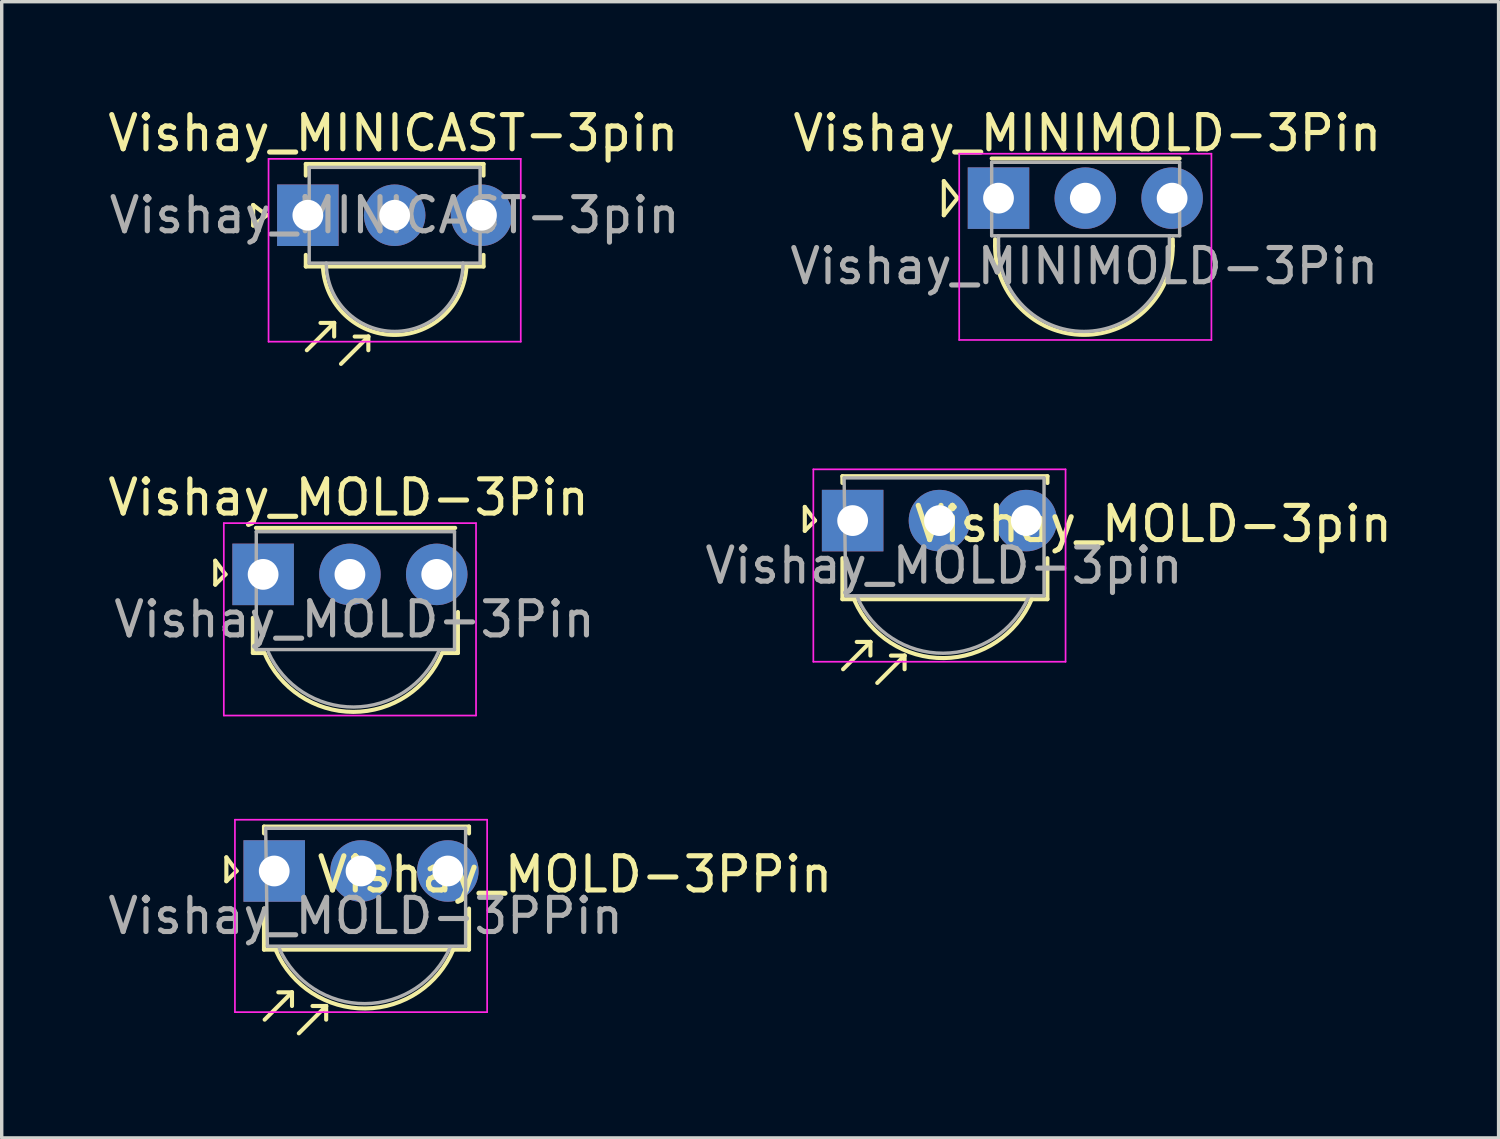
<source format=kicad_pcb>
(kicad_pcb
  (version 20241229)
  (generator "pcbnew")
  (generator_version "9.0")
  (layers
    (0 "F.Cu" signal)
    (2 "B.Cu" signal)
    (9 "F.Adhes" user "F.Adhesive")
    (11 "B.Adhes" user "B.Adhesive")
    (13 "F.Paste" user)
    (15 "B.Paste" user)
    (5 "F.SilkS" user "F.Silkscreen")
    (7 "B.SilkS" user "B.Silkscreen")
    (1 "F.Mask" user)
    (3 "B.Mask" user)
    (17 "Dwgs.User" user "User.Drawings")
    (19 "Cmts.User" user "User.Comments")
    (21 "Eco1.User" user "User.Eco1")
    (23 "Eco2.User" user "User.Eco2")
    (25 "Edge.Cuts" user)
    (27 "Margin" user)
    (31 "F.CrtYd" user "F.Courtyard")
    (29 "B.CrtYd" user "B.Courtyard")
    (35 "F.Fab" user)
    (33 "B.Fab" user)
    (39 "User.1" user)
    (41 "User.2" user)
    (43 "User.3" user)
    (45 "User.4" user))
  (footprint "Vishay_MINIMOLD-3Pin"
    (layer "F.Cu")
    (at 26.167 2.748)
    (property "Reference" "Vishay_MINIMOLD-3Pin" (at 2.6 -1.9 180) (layer "F.SilkS") (effects (font (size 1 1) (thickness 0.15))))
    (attr through_hole)
    (fp_line (start -1.6 -0.5) (end -1.6 0.5) (stroke (width 0.12) (type solid)) (layer "F.SilkS"))
    (fp_line (start -1.6 0.5) (end -1.2 0) (stroke (width 0.12) (type solid)) (layer "F.SilkS"))
    (fp_line (start -1.2 0) (end -1.6 -0.5) (stroke (width 0.12) (type solid)) (layer "F.SilkS"))
    (fp_line (start -0.1 1.4) (end -0.1 1.2) (stroke (width 0.12) (type solid)) (layer "F.SilkS"))
    (fp_line (start 5.1 1.4) (end 5.1 1.2) (stroke (width 0.12) (type solid)) (layer "F.SilkS"))
    (fp_line (start 5.3 -1.16) (end -0.2 -1.16) (stroke (width 0.12) (type solid)) (layer "F.SilkS"))
    (fp_arc (start 5.1 1.4) (mid 2.5 4) (end -0.1 1.4) (stroke (width 0.12) (type solid)) (layer "F.SilkS"))
    (fp_line (start -1.15 -1.3) (end -1.15 4.15) (stroke (width 0.05) (type solid)) (layer "F.CrtYd"))
    (fp_line (start -1.15 -1.3) (end 6.23 -1.3) (stroke (width 0.05) (type solid)) (layer "F.CrtYd"))
    (fp_line (start 6.23 4.15) (end -1.15 4.15) (stroke (width 0.05) (type solid)) (layer "F.CrtYd"))
    (fp_line (start 6.23 4.15) (end 6.23 -1.3) (stroke (width 0.05) (type solid)) (layer "F.CrtYd"))
    (fp_line (start -0.2 -1.05) (end 5.3 -1.05) (stroke (width 0.1) (type solid)) (layer "F.Fab"))
    (fp_line (start -0.2 1.1) (end -0.2 -1.05) (stroke (width 0.1) (type solid)) (layer "F.Fab"))
    (fp_line (start 0 1.1) (end -0.2 1.1) (stroke (width 0.1) (type solid)) (layer "F.Fab"))
    (fp_line (start 0 1.15) (end 0 1.1) (stroke (width 0.1) (type solid)) (layer "F.Fab"))
    (fp_line (start 0 1.4) (end 0 1.15) (stroke (width 0.1) (type solid)) (layer "F.Fab"))
    (fp_line (start 5 1.1) (end 0 1.1) (stroke (width 0.1) (type solid)) (layer "F.Fab"))
    (fp_line (start 5 1.1) (end 5 1.4) (stroke (width 0.1) (type solid)) (layer "F.Fab"))
    (fp_line (start 5.3 -1.05) (end 5.3 1.1) (stroke (width 0.1) (type solid)) (layer "F.Fab"))
    (fp_line (start 5.3 1.1) (end 5 1.1) (stroke (width 0.1) (type solid)) (layer "F.Fab"))
    (fp_arc (start 5 1.4) (mid 2.5 3.9) (end 0 1.4) (stroke (width 0.1) (type solid)) (layer "F.Fab"))
    (fp_text user "${REFERENCE}" (at 2.51 1.99 0) (layer "F.Fab") (effects (font (size 1 1) (thickness 0.15))))
    (pad "1" thru_hole rect (at 0 0) (size 1.8 1.8) (drill 0.9) (layers "*.Cu" "*.Mask"))
    (pad "2" thru_hole circle (at 2.54 0) (size 1.8 1.8) (drill 0.9) (layers "*.Cu" "*.Mask"))
    (pad "3" thru_hole circle (at 5.08 0) (size 1.8 1.8) (drill 0.9) (layers "*.Cu" "*.Mask")))
  (footprint "Vishay_MOLD-3Pin"
    (layer "F.Cu")
    (at 4.649 13.757)
    (property "Reference" "Vishay_MOLD-3Pin" (at 2.5 -2.25 180) (layer "F.SilkS") (effects (font (size 1 1) (thickness 0.15))))
    (attr through_hole)
    (fp_line (start -1.4 -0.4) (end -1.4 0.3) (stroke (width 0.12) (type solid)) (layer "F.SilkS"))
    (fp_line (start -1.4 0.3) (end -1.1 0) (stroke (width 0.12) (type solid)) (layer "F.SilkS"))
    (fp_line (start -1.1 0) (end -1.4 -0.4) (stroke (width 0.12) (type solid)) (layer "F.SilkS"))
    (fp_line (start -0.3 2.3) (end -0.3 1.27) (stroke (width 0.12) (type solid)) (layer "F.SilkS"))
    (fp_line (start 0.04 2.3) (end -0.3 2.3) (stroke (width 0.12) (type solid)) (layer "F.SilkS"))
    (fp_line (start 5.62 -1.36) (end -0.21 -1.36) (stroke (width 0.12) (type solid)) (layer "F.SilkS"))
    (fp_line (start 5.7 2.3) (end 5.24 2.3) (stroke (width 0.12) (type solid)) (layer "F.SilkS"))
    (fp_line (start 5.7 2.3) (end 5.7 1.1) (stroke (width 0.12) (type solid)) (layer "F.SilkS"))
    (fp_arc (start 5.24 2.3) (mid 2.64 4.023119) (end 0.04 2.3) (stroke (width 0.12) (type solid)) (layer "F.SilkS"))
    (fp_line (start -1.15 -1.5) (end -1.15 4.13) (stroke (width 0.05) (type solid)) (layer "F.CrtYd"))
    (fp_line (start -1.15 -1.5) (end 6.23 -1.5) (stroke (width 0.05) (type solid)) (layer "F.CrtYd"))
    (fp_line (start 6.23 4.13) (end -1.15 4.13) (stroke (width 0.05) (type solid)) (layer "F.CrtYd"))
    (fp_line (start 6.23 4.13) (end 6.23 -1.5) (stroke (width 0.05) (type solid)) (layer "F.CrtYd"))
    (fp_line (start -0.2 -1.25) (end 5.6 -1.25) (stroke (width 0.1) (type solid)) (layer "F.Fab"))
    (fp_line (start -0.2 2.2) (end -0.2 -1.25) (stroke (width 0.1) (type solid)) (layer "F.Fab"))
    (fp_line (start 5.6 -1.25) (end 5.6 2.2) (stroke (width 0.1) (type solid)) (layer "F.Fab"))
    (fp_line (start 5.6 2.2) (end -0.2 2.2) (stroke (width 0.1) (type solid)) (layer "F.Fab"))
    (fp_arc (start 5.14 2.25) (mid 2.651941 3.881274) (end 0.149714 2.271818) (stroke (width 0.1) (type solid)) (layer "F.Fab"))
    (fp_text user "${REFERENCE}" (at 2.675 1.316 0) (layer "F.Fab") (effects (font (size 1 1) (thickness 0.15))))
    (pad "1" thru_hole rect (at 0 0) (size 1.8 1.8) (drill 0.9) (layers "*.Cu" "*.Mask"))
    (pad "2" thru_hole circle (at 2.54 0) (size 1.8 1.8) (drill 0.9) (layers "*.Cu" "*.Mask"))
    (pad "3" thru_hole circle (at 5.08 0) (size 1.8 1.8) (drill 0.9) (layers "*.Cu" "*.Mask")))
  (footprint "Vishay_MINICAST-3pin"
    (layer "F.Cu")
    (at 5.958 3.248)
    (property "Reference" "Vishay_MINICAST-3pin" (at 2.5 -2.4 180) (layer "F.SilkS") (effects (font (size 1 1) (thickness 0.15))))
    (attr through_hole)
    (fp_line (start -1.6 -0.3) (end -1.6 0.3) (stroke (width 0.12) (type solid)) (layer "F.SilkS"))
    (fp_line (start -1.6 0.3) (end -1.2 0) (stroke (width 0.12) (type solid)) (layer "F.SilkS"))
    (fp_line (start -1.2 0) (end -1.6 -0.3) (stroke (width 0.12) (type solid)) (layer "F.SilkS"))
    (fp_line (start -0.06 -1.5) (end -0.06 -1.16) (stroke (width 0.12) (type solid)) (layer "F.SilkS"))
    (fp_line (start -0.06 1.5) (end -0.06 1.16) (stroke (width 0.12) (type solid)) (layer "F.SilkS"))
    (fp_line (start 0.77 3.15) (end -0.03 3.95) (stroke (width 0.12) (type solid)) (layer "F.SilkS"))
    (fp_line (start 0.77 3.15) (end 0.37 3.15) (stroke (width 0.12) (type solid)) (layer "F.SilkS"))
    (fp_line (start 0.77 3.15) (end 0.77 3.55) (stroke (width 0.12) (type solid)) (layer "F.SilkS"))
    (fp_line (start 1.77 3.55) (end 0.97 4.35) (stroke (width 0.12) (type solid)) (layer "F.SilkS"))
    (fp_line (start 1.77 3.55) (end 1.37 3.55) (stroke (width 0.12) (type solid)) (layer "F.SilkS"))
    (fp_line (start 1.77 3.55) (end 1.77 3.95) (stroke (width 0.12) (type solid)) (layer "F.SilkS"))
    (fp_line (start 5.14 -1.5) (end -0.06 -1.5) (stroke (width 0.12) (type solid)) (layer "F.SilkS"))
    (fp_line (start 5.14 -1.16) (end 5.14 -1.5) (stroke (width 0.12) (type solid)) (layer "F.SilkS"))
    (fp_line (start 5.14 1.16) (end 5.14 1.5) (stroke (width 0.12) (type solid)) (layer "F.SilkS"))
    (fp_line (start 5.14 1.5) (end -0.06 1.5) (stroke (width 0.12) (type solid)) (layer "F.SilkS"))
    (fp_arc (start 4.64 1.5) (mid 2.540869 3.502379) (end 0.440083 1.501736) (stroke (width 0.12) (type solid)) (layer "F.SilkS"))
    (fp_line (start -1.15 -1.65) (end -1.15 3.7) (stroke (width 0.05) (type solid)) (layer "F.CrtYd"))
    (fp_line (start -1.15 -1.65) (end 6.23 -1.65) (stroke (width 0.05) (type solid)) (layer "F.CrtYd"))
    (fp_line (start 6.23 3.7) (end -1.15 3.7) (stroke (width 0.05) (type solid)) (layer "F.CrtYd"))
    (fp_line (start 6.23 3.7) (end 6.23 -1.65) (stroke (width 0.05) (type solid)) (layer "F.CrtYd"))
    (fp_line (start 0.04 -1.4) (end 5.04 -1.4) (stroke (width 0.1) (type solid)) (layer "F.Fab"))
    (fp_line (start 0.04 1.4) (end 0.04 -1.4) (stroke (width 0.1) (type solid)) (layer "F.Fab"))
    (fp_line (start 5.04 -1.4) (end 5.04 1.4) (stroke (width 0.1) (type solid)) (layer "F.Fab"))
    (fp_line (start 5.04 1.4) (end 0.04 1.4) (stroke (width 0.1) (type solid)) (layer "F.Fab"))
    (fp_arc (start 4.54 1.4) (mid 2.54 3.4) (end 0.54 1.4) (stroke (width 0.1) (type solid)) (layer "F.Fab"))
    (fp_text user "${REFERENCE}" (at 2.54 0 0) (layer "F.Fab") (effects (font (size 1 1) (thickness 0.15))))
    (pad "1" thru_hole rect (at 0 0) (size 1.8 1.8) (drill 0.9) (layers "*.Cu" "*.Mask"))
    (pad "2" thru_hole circle (at 2.54 0) (size 1.8 1.8) (drill 0.9) (layers "*.Cu" "*.Mask"))
    (pad "3" thru_hole circle (at 5.08 0) (size 1.8 1.8) (drill 0.9) (layers "*.Cu" "*.Mask")))
  (footprint "Vishay_MOLD-3pin"
    (layer "F.Cu")
    (at 21.899 12.183)
    (property "Reference" "Vishay_MOLD-3pin" (at 8.8 0.1 180) (layer "F.SilkS") (effects (font (size 1 1) (thickness 0.15))))
    (attr through_hole)
    (fp_line (start -1.4 -0.4) (end -1.4 0.3) (stroke (width 0.12) (type solid)) (layer "F.SilkS"))
    (fp_line (start -1.4 0.3) (end -1.1 0) (stroke (width 0.12) (type solid)) (layer "F.SilkS"))
    (fp_line (start -1.1 0) (end -1.4 -0.4) (stroke (width 0.12) (type solid)) (layer "F.SilkS"))
    (fp_line (start -0.3 -1.3) (end -0.3 -1.1) (stroke (width 0.12) (type solid)) (layer "F.SilkS"))
    (fp_line (start -0.3 2.3) (end -0.3 1.1) (stroke (width 0.12) (type solid)) (layer "F.SilkS"))
    (fp_line (start 0.52 3.55) (end -0.28 4.35) (stroke (width 0.12) (type solid)) (layer "F.SilkS"))
    (fp_line (start 0.52 3.55) (end 0.12 3.55) (stroke (width 0.12) (type solid)) (layer "F.SilkS"))
    (fp_line (start 0.52 3.55) (end 0.52 3.95) (stroke (width 0.12) (type solid)) (layer "F.SilkS"))
    (fp_line (start 1.52 3.95) (end 0.72 4.75) (stroke (width 0.12) (type solid)) (layer "F.SilkS"))
    (fp_line (start 1.52 3.95) (end 1.12 3.95) (stroke (width 0.12) (type solid)) (layer "F.SilkS"))
    (fp_line (start 1.52 3.95) (end 1.52 4.35) (stroke (width 0.12) (type solid)) (layer "F.SilkS"))
    (fp_line (start 5.7 -1.3) (end -0.3 -1.3) (stroke (width 0.12) (type solid)) (layer "F.SilkS"))
    (fp_line (start 5.7 -1.3) (end 5.7 -1.1) (stroke (width 0.12) (type solid)) (layer "F.SilkS"))
    (fp_line (start 5.7 2.3) (end -0.3 2.3) (stroke (width 0.12) (type solid)) (layer "F.SilkS"))
    (fp_line (start 5.7 2.3) (end 5.7 1.1) (stroke (width 0.12) (type solid)) (layer "F.SilkS"))
    (fp_arc (start 5.24 2.3) (mid 2.667981 4.02298) (end 0.062315 2.351321) (stroke (width 0.12) (type solid)) (layer "F.SilkS"))
    (fp_line (start -1.15 -1.5) (end -1.15 4.13) (stroke (width 0.05) (type solid)) (layer "F.CrtYd"))
    (fp_line (start -1.15 -1.5) (end 6.23 -1.5) (stroke (width 0.05) (type solid)) (layer "F.CrtYd"))
    (fp_line (start 6.23 4.13) (end -1.15 4.13) (stroke (width 0.05) (type solid)) (layer "F.CrtYd"))
    (fp_line (start 6.23 4.13) (end 6.23 -1.5) (stroke (width 0.05) (type solid)) (layer "F.CrtYd"))
    (fp_line (start -0.25 -1.25) (end 5.6 -1.25) (stroke (width 0.1) (type solid)) (layer "F.Fab"))
    (fp_line (start -0.2 2.2) (end -0.25 -1.25) (stroke (width 0.1) (type solid)) (layer "F.Fab"))
    (fp_line (start 5.6 -1.25) (end 5.6 2.2) (stroke (width 0.1) (type solid)) (layer "F.Fab"))
    (fp_line (start 5.6 2.2) (end -0.2 2.2) (stroke (width 0.1) (type solid)) (layer "F.Fab"))
    (fp_arc (start 5.14 2.25) (mid 2.651941 3.881274) (end 0.149714 2.271818) (stroke (width 0.1) (type solid)) (layer "F.Fab"))
    (fp_text user "${REFERENCE}" (at 2.675 1.316 0) (layer "F.Fab") (effects (font (size 1 1) (thickness 0.15))))
    (pad "1" thru_hole rect (at 0 0) (size 1.8 1.8) (drill 0.9) (layers "*.Cu" "*.Mask"))
    (pad "2" thru_hole circle (at 2.54 0) (size 1.8 1.8) (drill 0.9) (layers "*.Cu" "*.Mask"))
    (pad "3" thru_hole circle (at 5.08 0) (size 1.8 1.8) (drill 0.9) (layers "*.Cu" "*.Mask")))
  (footprint "Vishay_MOLD-3PPin"
    (layer "F.Cu")
    (at 4.974 22.436)
    (property "Reference" "Vishay_MOLD-3PPin" (at 8.8 0.1 180) (layer "F.SilkS") (effects (font (size 1 1) (thickness 0.15))))
    (attr through_hole)
    (fp_line (start -1.4 -0.4) (end -1.4 0.3) (stroke (width 0.12) (type solid)) (layer "F.SilkS"))
    (fp_line (start -1.4 0.3) (end -1.1 0) (stroke (width 0.12) (type solid)) (layer "F.SilkS"))
    (fp_line (start -1.1 0) (end -1.4 -0.4) (stroke (width 0.12) (type solid)) (layer "F.SilkS"))
    (fp_line (start -0.3 -1.3) (end -0.3 -1.1) (stroke (width 0.12) (type solid)) (layer "F.SilkS"))
    (fp_line (start -0.3 2.3) (end -0.3 1.1) (stroke (width 0.12) (type solid)) (layer "F.SilkS"))
    (fp_line (start 0.52 3.55) (end -0.28 4.35) (stroke (width 0.12) (type solid)) (layer "F.SilkS"))
    (fp_line (start 0.52 3.55) (end 0.12 3.55) (stroke (width 0.12) (type solid)) (layer "F.SilkS"))
    (fp_line (start 0.52 3.55) (end 0.52 3.95) (stroke (width 0.12) (type solid)) (layer "F.SilkS"))
    (fp_line (start 1.52 3.95) (end 0.72 4.75) (stroke (width 0.12) (type solid)) (layer "F.SilkS"))
    (fp_line (start 1.52 3.95) (end 1.12 3.95) (stroke (width 0.12) (type solid)) (layer "F.SilkS"))
    (fp_line (start 1.52 3.95) (end 1.52 4.35) (stroke (width 0.12) (type solid)) (layer "F.SilkS"))
    (fp_line (start 5.7 -1.3) (end -0.3 -1.3) (stroke (width 0.12) (type solid)) (layer "F.SilkS"))
    (fp_line (start 5.7 -1.3) (end 5.7 -1.1) (stroke (width 0.12) (type solid)) (layer "F.SilkS"))
    (fp_line (start 5.7 2.3) (end -0.3 2.3) (stroke (width 0.12) (type solid)) (layer "F.SilkS"))
    (fp_line (start 5.7 2.3) (end 5.7 1.1) (stroke (width 0.12) (type solid)) (layer "F.SilkS"))
    (fp_arc (start 5.24 2.3) (mid 2.667981 4.02298) (end 0.062315 2.351321) (stroke (width 0.12) (type solid)) (layer "F.SilkS"))
    (fp_line (start -1.15 -1.5) (end -1.15 4.13) (stroke (width 0.05) (type solid)) (layer "F.CrtYd"))
    (fp_line (start -1.15 -1.5) (end 6.23 -1.5) (stroke (width 0.05) (type solid)) (layer "F.CrtYd"))
    (fp_line (start 6.23 4.13) (end -1.15 4.13) (stroke (width 0.05) (type solid)) (layer "F.CrtYd"))
    (fp_line (start 6.23 4.13) (end 6.23 -1.5) (stroke (width 0.05) (type solid)) (layer "F.CrtYd"))
    (fp_line (start -0.25 -1.25) (end 5.6 -1.25) (stroke (width 0.1) (type solid)) (layer "F.Fab"))
    (fp_line (start -0.2 2.2) (end -0.25 -1.25) (stroke (width 0.1) (type solid)) (layer "F.Fab"))
    (fp_line (start 5.6 -1.25) (end 5.6 2.2) (stroke (width 0.1) (type solid)) (layer "F.Fab"))
    (fp_line (start 5.6 2.2) (end -0.2 2.2) (stroke (width 0.1) (type solid)) (layer "F.Fab"))
    (fp_arc (start 5.14 2.25) (mid 2.651941 3.881274) (end 0.149714 2.271818) (stroke (width 0.1) (type solid)) (layer "F.Fab"))
    (fp_text user "${REFERENCE}" (at 2.675 1.316 0) (layer "F.Fab") (effects (font (size 1 1) (thickness 0.15))))
    (pad "1" thru_hole rect (at 0 0) (size 1.8 1.8) (drill 0.9) (layers "*.Cu" "*.Mask"))
    (pad "2" thru_hole circle (at 2.54 0) (size 1.8 1.8) (drill 0.9) (layers "*.Cu" "*.Mask"))
    (pad "3" thru_hole circle (at 5.08 0) (size 1.8 1.8) (drill 0.9) (layers "*.Cu" "*.Mask")))
  (gr_rect
    (start -3 -3)
    (end 40.8 30.247)
    (stroke (width 0.1) (type default))
    (fill no)
    (layer "Edge.Cuts")))
</source>
